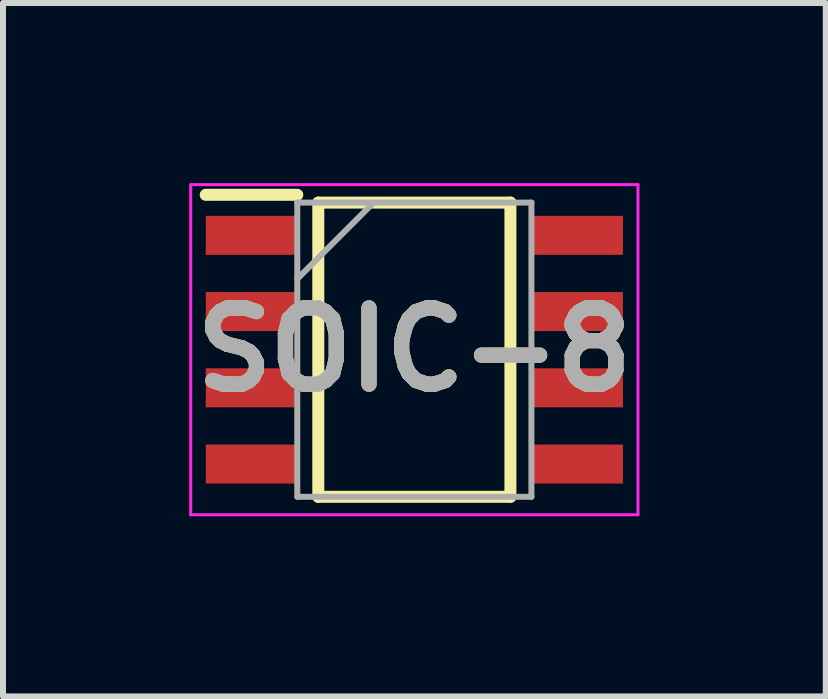
<source format=kicad_pcb>
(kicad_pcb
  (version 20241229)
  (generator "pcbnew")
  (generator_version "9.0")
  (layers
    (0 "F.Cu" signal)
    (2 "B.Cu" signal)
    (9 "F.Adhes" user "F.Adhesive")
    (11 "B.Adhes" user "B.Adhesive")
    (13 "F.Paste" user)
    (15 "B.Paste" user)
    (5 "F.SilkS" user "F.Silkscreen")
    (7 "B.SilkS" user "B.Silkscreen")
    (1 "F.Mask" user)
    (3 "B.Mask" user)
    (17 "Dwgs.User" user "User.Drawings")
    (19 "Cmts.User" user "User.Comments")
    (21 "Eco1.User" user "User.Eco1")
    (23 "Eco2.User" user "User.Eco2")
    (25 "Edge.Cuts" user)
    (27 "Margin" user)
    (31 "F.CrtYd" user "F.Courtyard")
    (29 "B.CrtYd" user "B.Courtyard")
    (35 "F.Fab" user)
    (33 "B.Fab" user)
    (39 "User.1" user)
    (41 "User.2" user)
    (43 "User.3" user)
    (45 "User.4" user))
  (footprint "SOIC-8"
    (layer "F.Cu")
    (at 3.852 2.775)
    (property "Reference" "SOIC-8" (at 0 0 0) (layer "F.SilkS") (effects (font (size 1.27 1.27) (thickness 0.254))))
    (attr smd)
    (fp_line (start -3.475 -2.58) (end -1.95 -2.58) (stroke (width 0.2) (type solid)) (layer "F.SilkS"))
    (fp_line (start -1.6 -2.45) (end 1.6 -2.45) (stroke (width 0.2) (type solid)) (layer "F.SilkS"))
    (fp_line (start -1.6 2.45) (end -1.6 -2.45) (stroke (width 0.2) (type solid)) (layer "F.SilkS"))
    (fp_line (start 1.6 -2.45) (end 1.6 2.45) (stroke (width 0.2) (type solid)) (layer "F.SilkS"))
    (fp_line (start 1.6 2.45) (end -1.6 2.45) (stroke (width 0.2) (type solid)) (layer "F.SilkS"))
    (fp_line (start -3.725 -2.75) (end 3.725 -2.75) (stroke (width 0.05) (type solid)) (layer "F.CrtYd"))
    (fp_line (start -3.725 2.75) (end -3.725 -2.75) (stroke (width 0.05) (type solid)) (layer "F.CrtYd"))
    (fp_line (start 3.725 -2.75) (end 3.725 2.75) (stroke (width 0.05) (type solid)) (layer "F.CrtYd"))
    (fp_line (start 3.725 2.75) (end -3.725 2.75) (stroke (width 0.05) (type solid)) (layer "F.CrtYd"))
    (fp_line (start -1.95 -2.45) (end 1.95 -2.45) (stroke (width 0.1) (type solid)) (layer "F.Fab"))
    (fp_line (start -1.95 -1.18) (end -0.68 -2.45) (stroke (width 0.1) (type solid)) (layer "F.Fab"))
    (fp_line (start -1.95 2.45) (end -1.95 -2.45) (stroke (width 0.1) (type solid)) (layer "F.Fab"))
    (fp_line (start 1.95 -2.45) (end 1.95 2.45) (stroke (width 0.1) (type solid)) (layer "F.Fab"))
    (fp_line (start 1.95 2.45) (end -1.95 2.45) (stroke (width 0.1) (type solid)) (layer "F.Fab"))
    (fp_text user "${REFERENCE}" (at 0 0 0) (layer "F.Fab") (effects (font (size 1.27 1.27) (thickness 0.254))))
    (pad "1" smd rect (at -2.712 -1.905 90) (size 0.65 1.525) (layers "F.Cu" "F.Mask" "F.Paste"))
    (pad "2" smd rect (at -2.712 -0.635 90) (size 0.65 1.525) (layers "F.Cu" "F.Mask" "F.Paste"))
    (pad "3" smd rect (at -2.712 0.635 90) (size 0.65 1.525) (layers "F.Cu" "F.Mask" "F.Paste"))
    (pad "4" smd rect (at -2.712 1.905 90) (size 0.65 1.525) (layers "F.Cu" "F.Mask" "F.Paste"))
    (pad "5" smd rect (at 2.712 1.905 90) (size 0.65 1.525) (layers "F.Cu" "F.Mask" "F.Paste"))
    (pad "6" smd rect (at 2.712 0.635 90) (size 0.65 1.525) (layers "F.Cu" "F.Mask" "F.Paste"))
    (pad "7" smd rect (at 2.712 -0.635 90) (size 0.65 1.525) (layers "F.Cu" "F.Mask" "F.Paste"))
    (pad "8" smd rect (at 2.712 -1.905 90) (size 0.65 1.525) (layers "F.Cu" "F.Mask" "F.Paste")))
  (gr_rect
    (start -3 -3)
    (end 10.705 8.55)
    (stroke (width 0.1) (type default))
    (fill no)
    (layer "Edge.Cuts")))
</source>
